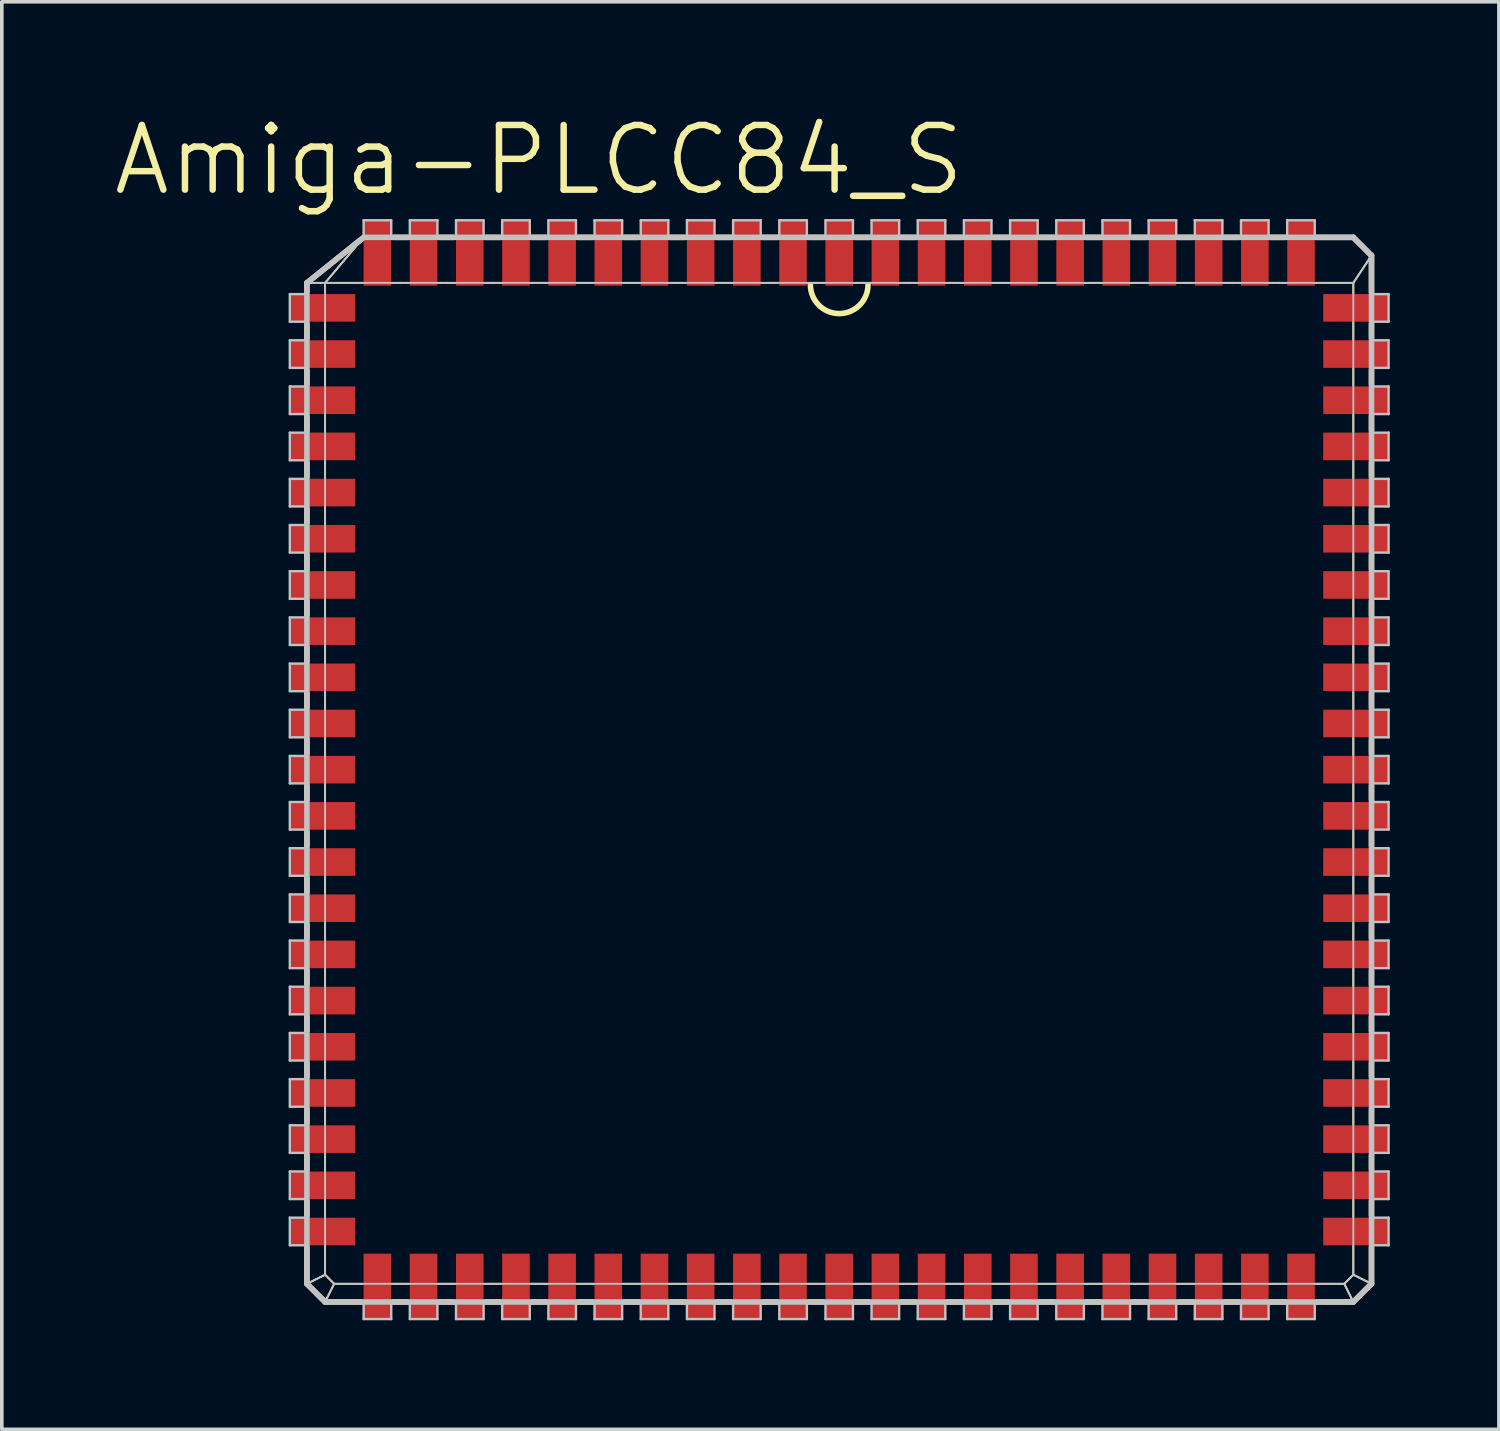
<source format=kicad_pcb>
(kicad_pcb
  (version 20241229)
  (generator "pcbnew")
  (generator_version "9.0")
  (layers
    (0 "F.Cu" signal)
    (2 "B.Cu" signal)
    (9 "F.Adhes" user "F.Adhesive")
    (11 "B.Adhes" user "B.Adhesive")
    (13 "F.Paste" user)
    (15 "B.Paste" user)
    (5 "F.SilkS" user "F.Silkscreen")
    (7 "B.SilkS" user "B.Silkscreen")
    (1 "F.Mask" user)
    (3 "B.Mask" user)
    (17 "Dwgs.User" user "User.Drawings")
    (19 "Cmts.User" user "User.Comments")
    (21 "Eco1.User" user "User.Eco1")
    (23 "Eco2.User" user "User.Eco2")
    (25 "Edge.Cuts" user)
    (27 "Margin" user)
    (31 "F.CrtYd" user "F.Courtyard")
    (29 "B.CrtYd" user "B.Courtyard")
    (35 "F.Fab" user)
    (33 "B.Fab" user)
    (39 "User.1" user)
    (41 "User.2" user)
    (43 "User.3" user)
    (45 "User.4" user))
  (footprint "Amiga-PLCC84_S"
    (layer "F.Cu")
    (at 20.028 18.116)
    (property "Reference" "Amiga-PLCC84_S" (at -8.255 -16.764 0) (layer "F.SilkS") (effects (font (size 1.778 1.778) (thickness 0.178))))
    (attr smd)
    (fp_line (start -14.638 -13.388) (end -14.138 -13.388) (stroke (width 0.051) (type solid)) (layer "F.SilkS"))
    (fp_line (start -14.638 -13.388) (end -13.139 -14.59) (stroke (width 0.152) (type solid)) (layer "F.SilkS"))
    (fp_line (start -14.638 -13.139) (end -14.638 -13.388) (stroke (width 0.152) (type solid)) (layer "F.SilkS"))
    (fp_line (start -14.638 -11.869) (end -14.638 -12.258) (stroke (width 0.152) (type solid)) (layer "F.SilkS"))
    (fp_line (start -14.638 -10.599) (end -14.638 -10.988) (stroke (width 0.152) (type solid)) (layer "F.SilkS"))
    (fp_line (start -14.638 -9.329) (end -14.638 -9.718) (stroke (width 0.152) (type solid)) (layer "F.SilkS"))
    (fp_line (start -14.638 -8.059) (end -14.638 -8.448) (stroke (width 0.152) (type solid)) (layer "F.SilkS"))
    (fp_line (start -14.638 -6.789) (end -14.638 -7.178) (stroke (width 0.152) (type solid)) (layer "F.SilkS"))
    (fp_line (start -14.638 -5.519) (end -14.638 -5.908) (stroke (width 0.152) (type solid)) (layer "F.SilkS"))
    (fp_line (start -14.638 -4.249) (end -14.638 -4.638) (stroke (width 0.152) (type solid)) (layer "F.SilkS"))
    (fp_line (start -14.638 -2.979) (end -14.638 -3.368) (stroke (width 0.152) (type solid)) (layer "F.SilkS"))
    (fp_line (start -14.638 -1.709) (end -14.638 -2.098) (stroke (width 0.152) (type solid)) (layer "F.SilkS"))
    (fp_line (start -14.638 -0.439) (end -14.638 -0.828) (stroke (width 0.152) (type solid)) (layer "F.SilkS"))
    (fp_line (start -14.638 0.828) (end -14.638 0.439) (stroke (width 0.152) (type solid)) (layer "F.SilkS"))
    (fp_line (start -14.638 2.098) (end -14.638 1.709) (stroke (width 0.152) (type solid)) (layer "F.SilkS"))
    (fp_line (start -14.638 3.368) (end -14.638 2.979) (stroke (width 0.152) (type solid)) (layer "F.SilkS"))
    (fp_line (start -14.638 4.638) (end -14.638 4.249) (stroke (width 0.152) (type solid)) (layer "F.SilkS"))
    (fp_line (start -14.638 5.908) (end -14.638 5.519) (stroke (width 0.152) (type solid)) (layer "F.SilkS"))
    (fp_line (start -14.638 7.178) (end -14.638 6.789) (stroke (width 0.152) (type solid)) (layer "F.SilkS"))
    (fp_line (start -14.638 8.448) (end -14.638 8.059) (stroke (width 0.152) (type solid)) (layer "F.SilkS"))
    (fp_line (start -14.638 9.718) (end -14.638 9.329) (stroke (width 0.152) (type solid)) (layer "F.SilkS"))
    (fp_line (start -14.638 10.988) (end -14.638 10.599) (stroke (width 0.152) (type solid)) (layer "F.SilkS"))
    (fp_line (start -14.638 12.258) (end -14.638 11.869) (stroke (width 0.152) (type solid)) (layer "F.SilkS"))
    (fp_line (start -14.638 14.138) (end -14.638 13.139) (stroke (width 0.152) (type solid)) (layer "F.SilkS"))
    (fp_line (start -14.638 14.138) (end -14.138 13.889) (stroke (width 0.051) (type solid)) (layer "F.SilkS"))
    (fp_line (start -14.138 -13.388) (end -13.099 -14.618) (stroke (width 0.051) (type solid)) (layer "F.SilkS"))
    (fp_line (start -14.138 -13.388) (end -13.099 -13.388) (stroke (width 0.051) (type solid)) (layer "F.SilkS"))
    (fp_line (start -14.138 -13.099) (end -14.138 -13.388) (stroke (width 0.051) (type solid)) (layer "F.SilkS"))
    (fp_line (start -14.138 -11.829) (end -14.138 -12.299) (stroke (width 0.051) (type solid)) (layer "F.SilkS"))
    (fp_line (start -14.138 -10.559) (end -14.138 -11.029) (stroke (width 0.051) (type solid)) (layer "F.SilkS"))
    (fp_line (start -14.138 -9.289) (end -14.138 -9.759) (stroke (width 0.051) (type solid)) (layer "F.SilkS"))
    (fp_line (start -14.138 -8.019) (end -14.138 -8.489) (stroke (width 0.051) (type solid)) (layer "F.SilkS"))
    (fp_line (start -14.138 -6.749) (end -14.138 -7.219) (stroke (width 0.051) (type solid)) (layer "F.SilkS"))
    (fp_line (start -14.138 -5.479) (end -14.138 -5.949) (stroke (width 0.051) (type solid)) (layer "F.SilkS"))
    (fp_line (start -14.138 -4.209) (end -14.138 -4.679) (stroke (width 0.051) (type solid)) (layer "F.SilkS"))
    (fp_line (start -14.138 -2.939) (end -14.138 -3.409) (stroke (width 0.051) (type solid)) (layer "F.SilkS"))
    (fp_line (start -14.138 -1.669) (end -14.138 -2.139) (stroke (width 0.051) (type solid)) (layer "F.SilkS"))
    (fp_line (start -14.138 -0.399) (end -14.138 -0.869) (stroke (width 0.051) (type solid)) (layer "F.SilkS"))
    (fp_line (start -14.138 0.869) (end -14.138 0.399) (stroke (width 0.051) (type solid)) (layer "F.SilkS"))
    (fp_line (start -14.138 2.139) (end -14.138 1.669) (stroke (width 0.051) (type solid)) (layer "F.SilkS"))
    (fp_line (start -14.138 3.409) (end -14.138 2.939) (stroke (width 0.051) (type solid)) (layer "F.SilkS"))
    (fp_line (start -14.138 4.679) (end -14.138 4.209) (stroke (width 0.051) (type solid)) (layer "F.SilkS"))
    (fp_line (start -14.138 5.949) (end -14.138 5.479) (stroke (width 0.051) (type solid)) (layer "F.SilkS"))
    (fp_line (start -14.138 7.219) (end -14.138 6.749) (stroke (width 0.051) (type solid)) (layer "F.SilkS"))
    (fp_line (start -14.138 8.489) (end -14.138 8.019) (stroke (width 0.051) (type solid)) (layer "F.SilkS"))
    (fp_line (start -14.138 9.759) (end -14.138 9.289) (stroke (width 0.051) (type solid)) (layer "F.SilkS"))
    (fp_line (start -14.138 11.029) (end -14.138 10.559) (stroke (width 0.051) (type solid)) (layer "F.SilkS"))
    (fp_line (start -14.138 12.299) (end -14.138 11.829) (stroke (width 0.051) (type solid)) (layer "F.SilkS"))
    (fp_line (start -14.138 13.889) (end -14.138 13.099) (stroke (width 0.051) (type solid)) (layer "F.SilkS"))
    (fp_line (start -14.138 14.638) (end -14.638 14.138) (stroke (width 0.152) (type solid)) (layer "F.SilkS"))
    (fp_line (start -14.138 14.638) (end -13.889 14.138) (stroke (width 0.051) (type solid)) (layer "F.SilkS"))
    (fp_line (start -13.889 14.138) (end -14.138 13.889) (stroke (width 0.051) (type solid)) (layer "F.SilkS"))
    (fp_line (start -13.139 14.638) (end -14.138 14.638) (stroke (width 0.152) (type solid)) (layer "F.SilkS"))
    (fp_line (start -13.099 14.138) (end -13.889 14.138) (stroke (width 0.051) (type solid)) (layer "F.SilkS"))
    (fp_line (start -12.299 -13.388) (end -11.829 -13.388) (stroke (width 0.051) (type solid)) (layer "F.SilkS"))
    (fp_line (start -12.258 -14.638) (end -11.869 -14.638) (stroke (width 0.152) (type solid)) (layer "F.SilkS"))
    (fp_line (start -11.869 14.638) (end -12.258 14.638) (stroke (width 0.152) (type solid)) (layer "F.SilkS"))
    (fp_line (start -11.829 14.138) (end -12.299 14.138) (stroke (width 0.051) (type solid)) (layer "F.SilkS"))
    (fp_line (start -11.029 -13.388) (end -10.559 -13.388) (stroke (width 0.051) (type solid)) (layer "F.SilkS"))
    (fp_line (start -10.988 -14.638) (end -10.599 -14.638) (stroke (width 0.152) (type solid)) (layer "F.SilkS"))
    (fp_line (start -10.599 14.638) (end -10.988 14.638) (stroke (width 0.152) (type solid)) (layer "F.SilkS"))
    (fp_line (start -10.559 14.138) (end -11.029 14.138) (stroke (width 0.051) (type solid)) (layer "F.SilkS"))
    (fp_line (start -9.759 -13.388) (end -9.289 -13.388) (stroke (width 0.051) (type solid)) (layer "F.SilkS"))
    (fp_line (start -9.718 -14.638) (end -9.329 -14.638) (stroke (width 0.152) (type solid)) (layer "F.SilkS"))
    (fp_line (start -9.329 14.638) (end -9.718 14.638) (stroke (width 0.152) (type solid)) (layer "F.SilkS"))
    (fp_line (start -9.289 14.138) (end -9.759 14.138) (stroke (width 0.051) (type solid)) (layer "F.SilkS"))
    (fp_line (start -8.489 -13.388) (end -8.019 -13.388) (stroke (width 0.051) (type solid)) (layer "F.SilkS"))
    (fp_line (start -8.448 -14.638) (end -8.059 -14.638) (stroke (width 0.152) (type solid)) (layer "F.SilkS"))
    (fp_line (start -8.059 14.638) (end -8.448 14.638) (stroke (width 0.152) (type solid)) (layer "F.SilkS"))
    (fp_line (start -8.019 14.138) (end -8.489 14.138) (stroke (width 0.051) (type solid)) (layer "F.SilkS"))
    (fp_line (start -7.219 -13.388) (end -6.749 -13.388) (stroke (width 0.051) (type solid)) (layer "F.SilkS"))
    (fp_line (start -7.178 -14.638) (end -6.789 -14.638) (stroke (width 0.152) (type solid)) (layer "F.SilkS"))
    (fp_line (start -6.789 14.638) (end -7.178 14.638) (stroke (width 0.152) (type solid)) (layer "F.SilkS"))
    (fp_line (start -6.749 14.138) (end -7.219 14.138) (stroke (width 0.051) (type solid)) (layer "F.SilkS"))
    (fp_line (start -5.949 -13.388) (end -5.479 -13.388) (stroke (width 0.051) (type solid)) (layer "F.SilkS"))
    (fp_line (start -5.908 -14.638) (end -5.519 -14.638) (stroke (width 0.152) (type solid)) (layer "F.SilkS"))
    (fp_line (start -5.519 14.638) (end -5.908 14.638) (stroke (width 0.152) (type solid)) (layer "F.SilkS"))
    (fp_line (start -5.479 14.138) (end -5.949 14.138) (stroke (width 0.051) (type solid)) (layer "F.SilkS"))
    (fp_line (start -4.679 -13.388) (end -4.209 -13.388) (stroke (width 0.051) (type solid)) (layer "F.SilkS"))
    (fp_line (start -4.638 -14.638) (end -4.249 -14.638) (stroke (width 0.152) (type solid)) (layer "F.SilkS"))
    (fp_line (start -4.249 14.638) (end -4.638 14.638) (stroke (width 0.152) (type solid)) (layer "F.SilkS"))
    (fp_line (start -4.209 14.138) (end -4.679 14.138) (stroke (width 0.051) (type solid)) (layer "F.SilkS"))
    (fp_line (start -3.409 -13.388) (end -2.939 -13.388) (stroke (width 0.051) (type solid)) (layer "F.SilkS"))
    (fp_line (start -3.368 -14.638) (end -2.979 -14.638) (stroke (width 0.152) (type solid)) (layer "F.SilkS"))
    (fp_line (start -2.979 14.638) (end -3.368 14.638) (stroke (width 0.152) (type solid)) (layer "F.SilkS"))
    (fp_line (start -2.939 14.138) (end -3.409 14.138) (stroke (width 0.051) (type solid)) (layer "F.SilkS"))
    (fp_line (start -2.139 -13.388) (end -1.669 -13.388) (stroke (width 0.051) (type solid)) (layer "F.SilkS"))
    (fp_line (start -2.098 -14.638) (end -1.709 -14.638) (stroke (width 0.152) (type solid)) (layer "F.SilkS"))
    (fp_line (start -1.709 14.638) (end -2.098 14.638) (stroke (width 0.152) (type solid)) (layer "F.SilkS"))
    (fp_line (start -1.669 14.138) (end -2.139 14.138) (stroke (width 0.051) (type solid)) (layer "F.SilkS"))
    (fp_line (start -0.869 -13.388) (end -0.399 -13.388) (stroke (width 0.051) (type solid)) (layer "F.SilkS"))
    (fp_line (start -0.828 -14.638) (end -0.439 -14.638) (stroke (width 0.152) (type solid)) (layer "F.SilkS"))
    (fp_line (start -0.439 14.638) (end -0.828 14.638) (stroke (width 0.152) (type solid)) (layer "F.SilkS"))
    (fp_line (start -0.399 14.138) (end -0.869 14.138) (stroke (width 0.051) (type solid)) (layer "F.SilkS"))
    (fp_line (start 0.399 -13.388) (end 0.869 -13.388) (stroke (width 0.051) (type solid)) (layer "F.SilkS"))
    (fp_line (start 0.439 -14.638) (end 0.828 -14.638) (stroke (width 0.152) (type solid)) (layer "F.SilkS"))
    (fp_line (start 0.828 14.638) (end 0.439 14.638) (stroke (width 0.152) (type solid)) (layer "F.SilkS"))
    (fp_line (start 0.869 14.138) (end 0.399 14.138) (stroke (width 0.051) (type solid)) (layer "F.SilkS"))
    (fp_line (start 1.669 -13.388) (end 2.139 -13.388) (stroke (width 0.051) (type solid)) (layer "F.SilkS"))
    (fp_line (start 1.709 -14.638) (end 2.098 -14.638) (stroke (width 0.152) (type solid)) (layer "F.SilkS"))
    (fp_line (start 2.098 14.638) (end 1.709 14.638) (stroke (width 0.152) (type solid)) (layer "F.SilkS"))
    (fp_line (start 2.139 14.138) (end 1.669 14.138) (stroke (width 0.051) (type solid)) (layer "F.SilkS"))
    (fp_line (start 2.939 -13.388) (end 3.409 -13.388) (stroke (width 0.051) (type solid)) (layer "F.SilkS"))
    (fp_line (start 2.979 -14.638) (end 3.368 -14.638) (stroke (width 0.152) (type solid)) (layer "F.SilkS"))
    (fp_line (start 3.368 14.638) (end 2.979 14.638) (stroke (width 0.152) (type solid)) (layer "F.SilkS"))
    (fp_line (start 3.409 14.138) (end 2.939 14.138) (stroke (width 0.051) (type solid)) (layer "F.SilkS"))
    (fp_line (start 4.209 -13.388) (end 4.679 -13.388) (stroke (width 0.051) (type solid)) (layer "F.SilkS"))
    (fp_line (start 4.249 -14.638) (end 4.638 -14.638) (stroke (width 0.152) (type solid)) (layer "F.SilkS"))
    (fp_line (start 4.638 14.638) (end 4.249 14.638) (stroke (width 0.152) (type solid)) (layer "F.SilkS"))
    (fp_line (start 4.679 14.138) (end 4.209 14.138) (stroke (width 0.051) (type solid)) (layer "F.SilkS"))
    (fp_line (start 5.479 -13.388) (end 5.949 -13.388) (stroke (width 0.051) (type solid)) (layer "F.SilkS"))
    (fp_line (start 5.519 -14.638) (end 5.908 -14.638) (stroke (width 0.152) (type solid)) (layer "F.SilkS"))
    (fp_line (start 5.908 14.638) (end 5.519 14.638) (stroke (width 0.152) (type solid)) (layer "F.SilkS"))
    (fp_line (start 5.949 14.138) (end 5.479 14.138) (stroke (width 0.051) (type solid)) (layer "F.SilkS"))
    (fp_line (start 6.749 -13.388) (end 7.219 -13.388) (stroke (width 0.051) (type solid)) (layer "F.SilkS"))
    (fp_line (start 6.789 -14.638) (end 7.178 -14.638) (stroke (width 0.152) (type solid)) (layer "F.SilkS"))
    (fp_line (start 7.178 14.638) (end 6.789 14.638) (stroke (width 0.152) (type solid)) (layer "F.SilkS"))
    (fp_line (start 7.219 14.138) (end 6.749 14.138) (stroke (width 0.051) (type solid)) (layer "F.SilkS"))
    (fp_line (start 8.019 -13.388) (end 8.489 -13.388) (stroke (width 0.051) (type solid)) (layer "F.SilkS"))
    (fp_line (start 8.059 -14.638) (end 8.448 -14.638) (stroke (width 0.152) (type solid)) (layer "F.SilkS"))
    (fp_line (start 8.448 14.638) (end 8.059 14.638) (stroke (width 0.152) (type solid)) (layer "F.SilkS"))
    (fp_line (start 8.489 14.138) (end 8.019 14.138) (stroke (width 0.051) (type solid)) (layer "F.SilkS"))
    (fp_line (start 9.289 -13.388) (end 9.759 -13.388) (stroke (width 0.051) (type solid)) (layer "F.SilkS"))
    (fp_line (start 9.329 -14.638) (end 9.718 -14.638) (stroke (width 0.152) (type solid)) (layer "F.SilkS"))
    (fp_line (start 9.718 14.638) (end 9.329 14.638) (stroke (width 0.152) (type solid)) (layer "F.SilkS"))
    (fp_line (start 9.759 14.138) (end 9.289 14.138) (stroke (width 0.051) (type solid)) (layer "F.SilkS"))
    (fp_line (start 10.559 -13.388) (end 11.029 -13.388) (stroke (width 0.051) (type solid)) (layer "F.SilkS"))
    (fp_line (start 10.599 -14.638) (end 10.988 -14.638) (stroke (width 0.152) (type solid)) (layer "F.SilkS"))
    (fp_line (start 10.988 14.638) (end 10.599 14.638) (stroke (width 0.152) (type solid)) (layer "F.SilkS"))
    (fp_line (start 11.029 14.138) (end 10.559 14.138) (stroke (width 0.051) (type solid)) (layer "F.SilkS"))
    (fp_line (start 11.829 -13.388) (end 12.299 -13.388) (stroke (width 0.051) (type solid)) (layer "F.SilkS"))
    (fp_line (start 11.869 -14.638) (end 12.258 -14.638) (stroke (width 0.152) (type solid)) (layer "F.SilkS"))
    (fp_line (start 12.258 14.638) (end 11.869 14.638) (stroke (width 0.152) (type solid)) (layer "F.SilkS"))
    (fp_line (start 12.299 14.138) (end 11.829 14.138) (stroke (width 0.051) (type solid)) (layer "F.SilkS"))
    (fp_line (start 13.099 -13.388) (end 14.138 -13.388) (stroke (width 0.051) (type solid)) (layer "F.SilkS"))
    (fp_line (start 13.139 -14.638) (end 14.138 -14.638) (stroke (width 0.152) (type solid)) (layer "F.SilkS"))
    (fp_line (start 13.889 14.138) (end 13.099 14.138) (stroke (width 0.051) (type solid)) (layer "F.SilkS"))
    (fp_line (start 13.889 14.138) (end 14.138 14.638) (stroke (width 0.051) (type solid)) (layer "F.SilkS"))
    (fp_line (start 14.138 -14.638) (end 14.638 -14.138) (stroke (width 0.152) (type solid)) (layer "F.SilkS"))
    (fp_line (start 14.138 -13.388) (end 14.138 -13.099) (stroke (width 0.051) (type solid)) (layer "F.SilkS"))
    (fp_line (start 14.138 -12.299) (end 14.138 -11.829) (stroke (width 0.051) (type solid)) (layer "F.SilkS"))
    (fp_line (start 14.138 -11.029) (end 14.138 -10.559) (stroke (width 0.051) (type solid)) (layer "F.SilkS"))
    (fp_line (start 14.138 -9.759) (end 14.138 -9.289) (stroke (width 0.051) (type solid)) (layer "F.SilkS"))
    (fp_line (start 14.138 -8.489) (end 14.138 -8.019) (stroke (width 0.051) (type solid)) (layer "F.SilkS"))
    (fp_line (start 14.138 -7.219) (end 14.138 -6.749) (stroke (width 0.051) (type solid)) (layer "F.SilkS"))
    (fp_line (start 14.138 -5.949) (end 14.138 -5.479) (stroke (width 0.051) (type solid)) (layer "F.SilkS"))
    (fp_line (start 14.138 -4.679) (end 14.138 -4.209) (stroke (width 0.051) (type solid)) (layer "F.SilkS"))
    (fp_line (start 14.138 -3.409) (end 14.138 -2.939) (stroke (width 0.051) (type solid)) (layer "F.SilkS"))
    (fp_line (start 14.138 -2.139) (end 14.138 -1.669) (stroke (width 0.051) (type solid)) (layer "F.SilkS"))
    (fp_line (start 14.138 -0.869) (end 14.138 -0.399) (stroke (width 0.051) (type solid)) (layer "F.SilkS"))
    (fp_line (start 14.138 0.399) (end 14.138 0.869) (stroke (width 0.051) (type solid)) (layer "F.SilkS"))
    (fp_line (start 14.138 1.669) (end 14.138 2.139) (stroke (width 0.051) (type solid)) (layer "F.SilkS"))
    (fp_line (start 14.138 2.939) (end 14.138 3.409) (stroke (width 0.051) (type solid)) (layer "F.SilkS"))
    (fp_line (start 14.138 4.209) (end 14.138 4.679) (stroke (width 0.051) (type solid)) (layer "F.SilkS"))
    (fp_line (start 14.138 5.479) (end 14.138 5.949) (stroke (width 0.051) (type solid)) (layer "F.SilkS"))
    (fp_line (start 14.138 6.749) (end 14.138 7.219) (stroke (width 0.051) (type solid)) (layer "F.SilkS"))
    (fp_line (start 14.138 8.019) (end 14.138 8.489) (stroke (width 0.051) (type solid)) (layer "F.SilkS"))
    (fp_line (start 14.138 9.289) (end 14.138 9.759) (stroke (width 0.051) (type solid)) (layer "F.SilkS"))
    (fp_line (start 14.138 10.559) (end 14.138 11.029) (stroke (width 0.051) (type solid)) (layer "F.SilkS"))
    (fp_line (start 14.138 11.829) (end 14.138 12.299) (stroke (width 0.051) (type solid)) (layer "F.SilkS"))
    (fp_line (start 14.138 13.099) (end 14.138 13.889) (stroke (width 0.051) (type solid)) (layer "F.SilkS"))
    (fp_line (start 14.138 13.889) (end 13.889 14.138) (stroke (width 0.051) (type solid)) (layer "F.SilkS"))
    (fp_line (start 14.138 13.889) (end 14.638 14.138) (stroke (width 0.051) (type solid)) (layer "F.SilkS"))
    (fp_line (start 14.138 14.638) (end 13.139 14.638) (stroke (width 0.152) (type solid)) (layer "F.SilkS"))
    (fp_line (start 14.638 -14.138) (end 14.138 -13.388) (stroke (width 0.051) (type solid)) (layer "F.SilkS"))
    (fp_line (start 14.638 -14.138) (end 14.638 -13.139) (stroke (width 0.152) (type solid)) (layer "F.SilkS"))
    (fp_line (start 14.638 -12.258) (end 14.638 -11.869) (stroke (width 0.152) (type solid)) (layer "F.SilkS"))
    (fp_line (start 14.638 -10.988) (end 14.638 -10.599) (stroke (width 0.152) (type solid)) (layer "F.SilkS"))
    (fp_line (start 14.638 -9.718) (end 14.638 -9.329) (stroke (width 0.152) (type solid)) (layer "F.SilkS"))
    (fp_line (start 14.638 -8.448) (end 14.638 -8.059) (stroke (width 0.152) (type solid)) (layer "F.SilkS"))
    (fp_line (start 14.638 -7.178) (end 14.638 -6.789) (stroke (width 0.152) (type solid)) (layer "F.SilkS"))
    (fp_line (start 14.638 -5.908) (end 14.638 -5.519) (stroke (width 0.152) (type solid)) (layer "F.SilkS"))
    (fp_line (start 14.638 -4.638) (end 14.638 -4.249) (stroke (width 0.152) (type solid)) (layer "F.SilkS"))
    (fp_line (start 14.638 -3.368) (end 14.638 -2.979) (stroke (width 0.152) (type solid)) (layer "F.SilkS"))
    (fp_line (start 14.638 -2.098) (end 14.638 -1.709) (stroke (width 0.152) (type solid)) (layer "F.SilkS"))
    (fp_line (start 14.638 -0.828) (end 14.638 -0.439) (stroke (width 0.152) (type solid)) (layer "F.SilkS"))
    (fp_line (start 14.638 0.439) (end 14.638 0.828) (stroke (width 0.152) (type solid)) (layer "F.SilkS"))
    (fp_line (start 14.638 1.709) (end 14.638 2.098) (stroke (width 0.152) (type solid)) (layer "F.SilkS"))
    (fp_line (start 14.638 2.979) (end 14.638 3.368) (stroke (width 0.152) (type solid)) (layer "F.SilkS"))
    (fp_line (start 14.638 4.249) (end 14.638 4.638) (stroke (width 0.152) (type solid)) (layer "F.SilkS"))
    (fp_line (start 14.638 5.519) (end 14.638 5.908) (stroke (width 0.152) (type solid)) (layer "F.SilkS"))
    (fp_line (start 14.638 6.789) (end 14.638 7.178) (stroke (width 0.152) (type solid)) (layer "F.SilkS"))
    (fp_line (start 14.638 8.059) (end 14.638 8.448) (stroke (width 0.152) (type solid)) (layer "F.SilkS"))
    (fp_line (start 14.638 9.329) (end 14.638 9.718) (stroke (width 0.152) (type solid)) (layer "F.SilkS"))
    (fp_line (start 14.638 10.599) (end 14.638 10.988) (stroke (width 0.152) (type solid)) (layer "F.SilkS"))
    (fp_line (start 14.638 11.869) (end 14.638 12.258) (stroke (width 0.152) (type solid)) (layer "F.SilkS"))
    (fp_line (start 14.638 13.139) (end 14.638 14.138) (stroke (width 0.152) (type solid)) (layer "F.SilkS"))
    (fp_line (start 14.638 14.138) (end 14.138 14.638) (stroke (width 0.152) (type solid)) (layer "F.SilkS"))
    (fp_arc (start 0.79248 -13.335) (mid 0 -12.54252) (end -0.79248 -13.335) (stroke (width 0.1524) (type solid)) (layer "F.SilkS"))
    (fp_line (start -15.108 -13.078) (end -14.638 -13.078) (stroke (width 0.066) (type solid)) (layer "Dwgs.User"))
    (fp_line (start -15.108 -12.319) (end -15.108 -13.078) (stroke (width 0.066) (type solid)) (layer "Dwgs.User"))
    (fp_line (start -15.108 -12.319) (end -14.638 -12.319) (stroke (width 0.066) (type solid)) (layer "Dwgs.User"))
    (fp_line (start -15.108 -11.808) (end -14.638 -11.808) (stroke (width 0.066) (type solid)) (layer "Dwgs.User"))
    (fp_line (start -15.108 -11.049) (end -15.108 -11.808) (stroke (width 0.066) (type solid)) (layer "Dwgs.User"))
    (fp_line (start -15.108 -11.049) (end -14.638 -11.049) (stroke (width 0.066) (type solid)) (layer "Dwgs.User"))
    (fp_line (start -15.108 -10.538) (end -14.638 -10.538) (stroke (width 0.066) (type solid)) (layer "Dwgs.User"))
    (fp_line (start -15.108 -9.779) (end -15.108 -10.538) (stroke (width 0.066) (type solid)) (layer "Dwgs.User"))
    (fp_line (start -15.108 -9.779) (end -14.638 -9.779) (stroke (width 0.066) (type solid)) (layer "Dwgs.User"))
    (fp_line (start -15.108 -9.268) (end -14.638 -9.268) (stroke (width 0.066) (type solid)) (layer "Dwgs.User"))
    (fp_line (start -15.108 -8.509) (end -15.108 -9.268) (stroke (width 0.066) (type solid)) (layer "Dwgs.User"))
    (fp_line (start -15.108 -8.509) (end -14.638 -8.509) (stroke (width 0.066) (type solid)) (layer "Dwgs.User"))
    (fp_line (start -15.108 -7.998) (end -14.638 -7.998) (stroke (width 0.066) (type solid)) (layer "Dwgs.User"))
    (fp_line (start -15.108 -7.239) (end -15.108 -7.998) (stroke (width 0.066) (type solid)) (layer "Dwgs.User"))
    (fp_line (start -15.108 -7.239) (end -14.638 -7.239) (stroke (width 0.066) (type solid)) (layer "Dwgs.User"))
    (fp_line (start -15.108 -6.728) (end -14.638 -6.728) (stroke (width 0.066) (type solid)) (layer "Dwgs.User"))
    (fp_line (start -15.108 -5.969) (end -15.108 -6.728) (stroke (width 0.066) (type solid)) (layer "Dwgs.User"))
    (fp_line (start -15.108 -5.969) (end -14.638 -5.969) (stroke (width 0.066) (type solid)) (layer "Dwgs.User"))
    (fp_line (start -15.108 -5.458) (end -14.638 -5.458) (stroke (width 0.066) (type solid)) (layer "Dwgs.User"))
    (fp_line (start -15.108 -4.699) (end -15.108 -5.458) (stroke (width 0.066) (type solid)) (layer "Dwgs.User"))
    (fp_line (start -15.108 -4.699) (end -14.638 -4.699) (stroke (width 0.066) (type solid)) (layer "Dwgs.User"))
    (fp_line (start -15.108 -4.188) (end -14.638 -4.188) (stroke (width 0.066) (type solid)) (layer "Dwgs.User"))
    (fp_line (start -15.108 -3.429) (end -15.108 -4.188) (stroke (width 0.066) (type solid)) (layer "Dwgs.User"))
    (fp_line (start -15.108 -3.429) (end -14.638 -3.429) (stroke (width 0.066) (type solid)) (layer "Dwgs.User"))
    (fp_line (start -15.108 -2.918) (end -14.638 -2.918) (stroke (width 0.066) (type solid)) (layer "Dwgs.User"))
    (fp_line (start -15.108 -2.159) (end -15.108 -2.918) (stroke (width 0.066) (type solid)) (layer "Dwgs.User"))
    (fp_line (start -15.108 -2.159) (end -14.638 -2.159) (stroke (width 0.066) (type solid)) (layer "Dwgs.User"))
    (fp_line (start -15.108 -1.648) (end -14.638 -1.648) (stroke (width 0.066) (type solid)) (layer "Dwgs.User"))
    (fp_line (start -15.108 -0.889) (end -15.108 -1.648) (stroke (width 0.066) (type solid)) (layer "Dwgs.User"))
    (fp_line (start -15.108 -0.889) (end -14.638 -0.889) (stroke (width 0.066) (type solid)) (layer "Dwgs.User"))
    (fp_line (start -15.108 -0.378) (end -14.638 -0.378) (stroke (width 0.066) (type solid)) (layer "Dwgs.User"))
    (fp_line (start -15.108 0.378) (end -15.108 -0.378) (stroke (width 0.066) (type solid)) (layer "Dwgs.User"))
    (fp_line (start -15.108 0.378) (end -14.638 0.378) (stroke (width 0.066) (type solid)) (layer "Dwgs.User"))
    (fp_line (start -15.108 0.889) (end -14.638 0.889) (stroke (width 0.066) (type solid)) (layer "Dwgs.User"))
    (fp_line (start -15.108 1.648) (end -15.108 0.889) (stroke (width 0.066) (type solid)) (layer "Dwgs.User"))
    (fp_line (start -15.108 1.648) (end -14.638 1.648) (stroke (width 0.066) (type solid)) (layer "Dwgs.User"))
    (fp_line (start -15.108 2.159) (end -14.638 2.159) (stroke (width 0.066) (type solid)) (layer "Dwgs.User"))
    (fp_line (start -15.108 2.918) (end -15.108 2.159) (stroke (width 0.066) (type solid)) (layer "Dwgs.User"))
    (fp_line (start -15.108 2.918) (end -14.638 2.918) (stroke (width 0.066) (type solid)) (layer "Dwgs.User"))
    (fp_line (start -15.108 3.429) (end -14.638 3.429) (stroke (width 0.066) (type solid)) (layer "Dwgs.User"))
    (fp_line (start -15.108 4.188) (end -15.108 3.429) (stroke (width 0.066) (type solid)) (layer "Dwgs.User"))
    (fp_line (start -15.108 4.188) (end -14.638 4.188) (stroke (width 0.066) (type solid)) (layer "Dwgs.User"))
    (fp_line (start -15.108 4.699) (end -14.638 4.699) (stroke (width 0.066) (type solid)) (layer "Dwgs.User"))
    (fp_line (start -15.108 5.458) (end -15.108 4.699) (stroke (width 0.066) (type solid)) (layer "Dwgs.User"))
    (fp_line (start -15.108 5.458) (end -14.638 5.458) (stroke (width 0.066) (type solid)) (layer "Dwgs.User"))
    (fp_line (start -15.108 5.969) (end -14.638 5.969) (stroke (width 0.066) (type solid)) (layer "Dwgs.User"))
    (fp_line (start -15.108 6.728) (end -15.108 5.969) (stroke (width 0.066) (type solid)) (layer "Dwgs.User"))
    (fp_line (start -15.108 6.728) (end -14.638 6.728) (stroke (width 0.066) (type solid)) (layer "Dwgs.User"))
    (fp_line (start -15.108 7.239) (end -14.638 7.239) (stroke (width 0.066) (type solid)) (layer "Dwgs.User"))
    (fp_line (start -15.108 7.998) (end -15.108 7.239) (stroke (width 0.066) (type solid)) (layer "Dwgs.User"))
    (fp_line (start -15.108 7.998) (end -14.638 7.998) (stroke (width 0.066) (type solid)) (layer "Dwgs.User"))
    (fp_line (start -15.108 8.509) (end -14.638 8.509) (stroke (width 0.066) (type solid)) (layer "Dwgs.User"))
    (fp_line (start -15.108 9.268) (end -15.108 8.509) (stroke (width 0.066) (type solid)) (layer "Dwgs.User"))
    (fp_line (start -15.108 9.268) (end -14.638 9.268) (stroke (width 0.066) (type solid)) (layer "Dwgs.User"))
    (fp_line (start -15.108 9.779) (end -14.638 9.779) (stroke (width 0.066) (type solid)) (layer "Dwgs.User"))
    (fp_line (start -15.108 10.538) (end -15.108 9.779) (stroke (width 0.066) (type solid)) (layer "Dwgs.User"))
    (fp_line (start -15.108 10.538) (end -14.638 10.538) (stroke (width 0.066) (type solid)) (layer "Dwgs.User"))
    (fp_line (start -15.108 11.049) (end -14.638 11.049) (stroke (width 0.066) (type solid)) (layer "Dwgs.User"))
    (fp_line (start -15.108 11.808) (end -15.108 11.049) (stroke (width 0.066) (type solid)) (layer "Dwgs.User"))
    (fp_line (start -15.108 11.808) (end -14.638 11.808) (stroke (width 0.066) (type solid)) (layer "Dwgs.User"))
    (fp_line (start -15.108 12.319) (end -14.638 12.319) (stroke (width 0.066) (type solid)) (layer "Dwgs.User"))
    (fp_line (start -15.108 13.078) (end -15.108 12.319) (stroke (width 0.066) (type solid)) (layer "Dwgs.User"))
    (fp_line (start -15.108 13.078) (end -14.638 13.078) (stroke (width 0.066) (type solid)) (layer "Dwgs.User"))
    (fp_line (start -14.638 -13.388) (end -14.138 -13.388) (stroke (width 0.051) (type solid)) (layer "Dwgs.User"))
    (fp_line (start -14.638 -13.388) (end -13.078 -14.638) (stroke (width 0.152) (type solid)) (layer "Dwgs.User"))
    (fp_line (start -14.638 -12.319) (end -14.638 -13.078) (stroke (width 0.066) (type solid)) (layer "Dwgs.User"))
    (fp_line (start -14.638 -11.049) (end -14.638 -11.808) (stroke (width 0.066) (type solid)) (layer "Dwgs.User"))
    (fp_line (start -14.638 -9.779) (end -14.638 -10.538) (stroke (width 0.066) (type solid)) (layer "Dwgs.User"))
    (fp_line (start -14.638 -8.509) (end -14.638 -9.268) (stroke (width 0.066) (type solid)) (layer "Dwgs.User"))
    (fp_line (start -14.638 -7.239) (end -14.638 -7.998) (stroke (width 0.066) (type solid)) (layer "Dwgs.User"))
    (fp_line (start -14.638 -5.969) (end -14.638 -6.728) (stroke (width 0.066) (type solid)) (layer "Dwgs.User"))
    (fp_line (start -14.638 -4.699) (end -14.638 -5.458) (stroke (width 0.066) (type solid)) (layer "Dwgs.User"))
    (fp_line (start -14.638 -3.429) (end -14.638 -4.188) (stroke (width 0.066) (type solid)) (layer "Dwgs.User"))
    (fp_line (start -14.638 -2.159) (end -14.638 -2.918) (stroke (width 0.066) (type solid)) (layer "Dwgs.User"))
    (fp_line (start -14.638 -0.889) (end -14.638 -1.648) (stroke (width 0.066) (type solid)) (layer "Dwgs.User"))
    (fp_line (start -14.638 0.378) (end -14.638 -0.378) (stroke (width 0.066) (type solid)) (layer "Dwgs.User"))
    (fp_line (start -14.638 1.648) (end -14.638 0.889) (stroke (width 0.066) (type solid)) (layer "Dwgs.User"))
    (fp_line (start -14.638 2.918) (end -14.638 2.159) (stroke (width 0.066) (type solid)) (layer "Dwgs.User"))
    (fp_line (start -14.638 4.188) (end -14.638 3.429) (stroke (width 0.066) (type solid)) (layer "Dwgs.User"))
    (fp_line (start -14.638 5.458) (end -14.638 4.699) (stroke (width 0.066) (type solid)) (layer "Dwgs.User"))
    (fp_line (start -14.638 6.728) (end -14.638 5.969) (stroke (width 0.066) (type solid)) (layer "Dwgs.User"))
    (fp_line (start -14.638 7.998) (end -14.638 7.239) (stroke (width 0.066) (type solid)) (layer "Dwgs.User"))
    (fp_line (start -14.638 9.268) (end -14.638 8.509) (stroke (width 0.066) (type solid)) (layer "Dwgs.User"))
    (fp_line (start -14.638 10.538) (end -14.638 9.779) (stroke (width 0.066) (type solid)) (layer "Dwgs.User"))
    (fp_line (start -14.638 11.808) (end -14.638 11.049) (stroke (width 0.066) (type solid)) (layer "Dwgs.User"))
    (fp_line (start -14.638 13.078) (end -14.638 12.319) (stroke (width 0.066) (type solid)) (layer "Dwgs.User"))
    (fp_line (start -14.638 14.138) (end -14.638 -13.388) (stroke (width 0.152) (type solid)) (layer "Dwgs.User"))
    (fp_line (start -14.638 14.138) (end -14.138 13.889) (stroke (width 0.051) (type solid)) (layer "Dwgs.User"))
    (fp_line (start -14.138 -13.388) (end -13.078 -14.638) (stroke (width 0.051) (type solid)) (layer "Dwgs.User"))
    (fp_line (start -14.138 -13.388) (end 14.138 -13.388) (stroke (width 0.051) (type solid)) (layer "Dwgs.User"))
    (fp_line (start -14.138 13.889) (end -14.138 -13.388) (stroke (width 0.051) (type solid)) (layer "Dwgs.User"))
    (fp_line (start -14.138 14.638) (end -14.638 14.138) (stroke (width 0.152) (type solid)) (layer "Dwgs.User"))
    (fp_line (start -14.138 14.638) (end -13.889 14.138) (stroke (width 0.051) (type solid)) (layer "Dwgs.User"))
    (fp_line (start -13.889 14.138) (end -14.138 13.889) (stroke (width 0.051) (type solid)) (layer "Dwgs.User"))
    (fp_line (start -13.078 -15.108) (end -12.319 -15.108) (stroke (width 0.066) (type solid)) (layer "Dwgs.User"))
    (fp_line (start -13.078 -14.638) (end -13.078 -15.108) (stroke (width 0.066) (type solid)) (layer "Dwgs.User"))
    (fp_line (start -13.078 -14.638) (end -12.319 -14.638) (stroke (width 0.066) (type solid)) (layer "Dwgs.User"))
    (fp_line (start -13.078 -14.638) (end 14.138 -14.638) (stroke (width 0.152) (type solid)) (layer "Dwgs.User"))
    (fp_line (start -13.078 14.638) (end -12.319 14.638) (stroke (width 0.066) (type solid)) (layer "Dwgs.User"))
    (fp_line (start -13.078 15.108) (end -13.078 14.638) (stroke (width 0.066) (type solid)) (layer "Dwgs.User"))
    (fp_line (start -13.078 15.108) (end -12.319 15.108) (stroke (width 0.066) (type solid)) (layer "Dwgs.User"))
    (fp_line (start -12.319 -14.638) (end -12.319 -15.108) (stroke (width 0.066) (type solid)) (layer "Dwgs.User"))
    (fp_line (start -12.319 15.108) (end -12.319 14.638) (stroke (width 0.066) (type solid)) (layer "Dwgs.User"))
    (fp_line (start -11.808 -15.108) (end -11.049 -15.108) (stroke (width 0.066) (type solid)) (layer "Dwgs.User"))
    (fp_line (start -11.808 -14.638) (end -11.808 -15.108) (stroke (width 0.066) (type solid)) (layer "Dwgs.User"))
    (fp_line (start -11.808 -14.638) (end -11.049 -14.638) (stroke (width 0.066) (type solid)) (layer "Dwgs.User"))
    (fp_line (start -11.808 14.638) (end -11.049 14.638) (stroke (width 0.066) (type solid)) (layer "Dwgs.User"))
    (fp_line (start -11.808 15.108) (end -11.808 14.638) (stroke (width 0.066) (type solid)) (layer "Dwgs.User"))
    (fp_line (start -11.808 15.108) (end -11.049 15.108) (stroke (width 0.066) (type solid)) (layer "Dwgs.User"))
    (fp_line (start -11.049 -14.638) (end -11.049 -15.108) (stroke (width 0.066) (type solid)) (layer "Dwgs.User"))
    (fp_line (start -11.049 15.108) (end -11.049 14.638) (stroke (width 0.066) (type solid)) (layer "Dwgs.User"))
    (fp_line (start -10.538 -15.108) (end -9.779 -15.108) (stroke (width 0.066) (type solid)) (layer "Dwgs.User"))
    (fp_line (start -10.538 -14.638) (end -10.538 -15.108) (stroke (width 0.066) (type solid)) (layer "Dwgs.User"))
    (fp_line (start -10.538 -14.638) (end -9.779 -14.638) (stroke (width 0.066) (type solid)) (layer "Dwgs.User"))
    (fp_line (start -10.538 14.638) (end -9.779 14.638) (stroke (width 0.066) (type solid)) (layer "Dwgs.User"))
    (fp_line (start -10.538 15.108) (end -10.538 14.638) (stroke (width 0.066) (type solid)) (layer "Dwgs.User"))
    (fp_line (start -10.538 15.108) (end -9.779 15.108) (stroke (width 0.066) (type solid)) (layer "Dwgs.User"))
    (fp_line (start -9.779 -14.638) (end -9.779 -15.108) (stroke (width 0.066) (type solid)) (layer "Dwgs.User"))
    (fp_line (start -9.779 15.108) (end -9.779 14.638) (stroke (width 0.066) (type solid)) (layer "Dwgs.User"))
    (fp_line (start -9.268 -15.108) (end -8.509 -15.108) (stroke (width 0.066) (type solid)) (layer "Dwgs.User"))
    (fp_line (start -9.268 -14.638) (end -9.268 -15.108) (stroke (width 0.066) (type solid)) (layer "Dwgs.User"))
    (fp_line (start -9.268 -14.638) (end -8.509 -14.638) (stroke (width 0.066) (type solid)) (layer "Dwgs.User"))
    (fp_line (start -9.268 14.638) (end -8.509 14.638) (stroke (width 0.066) (type solid)) (layer "Dwgs.User"))
    (fp_line (start -9.268 15.108) (end -9.268 14.638) (stroke (width 0.066) (type solid)) (layer "Dwgs.User"))
    (fp_line (start -9.268 15.108) (end -8.509 15.108) (stroke (width 0.066) (type solid)) (layer "Dwgs.User"))
    (fp_line (start -8.509 -14.638) (end -8.509 -15.108) (stroke (width 0.066) (type solid)) (layer "Dwgs.User"))
    (fp_line (start -8.509 15.108) (end -8.509 14.638) (stroke (width 0.066) (type solid)) (layer "Dwgs.User"))
    (fp_line (start -7.998 -15.108) (end -7.239 -15.108) (stroke (width 0.066) (type solid)) (layer "Dwgs.User"))
    (fp_line (start -7.998 -14.638) (end -7.998 -15.108) (stroke (width 0.066) (type solid)) (layer "Dwgs.User"))
    (fp_line (start -7.998 -14.638) (end -7.239 -14.638) (stroke (width 0.066) (type solid)) (layer "Dwgs.User"))
    (fp_line (start -7.998 14.638) (end -7.239 14.638) (stroke (width 0.066) (type solid)) (layer "Dwgs.User"))
    (fp_line (start -7.998 15.108) (end -7.998 14.638) (stroke (width 0.066) (type solid)) (layer "Dwgs.User"))
    (fp_line (start -7.998 15.108) (end -7.239 15.108) (stroke (width 0.066) (type solid)) (layer "Dwgs.User"))
    (fp_line (start -7.239 -14.638) (end -7.239 -15.108) (stroke (width 0.066) (type solid)) (layer "Dwgs.User"))
    (fp_line (start -7.239 15.108) (end -7.239 14.638) (stroke (width 0.066) (type solid)) (layer "Dwgs.User"))
    (fp_line (start -6.728 -15.108) (end -5.969 -15.108) (stroke (width 0.066) (type solid)) (layer "Dwgs.User"))
    (fp_line (start -6.728 -14.638) (end -6.728 -15.108) (stroke (width 0.066) (type solid)) (layer "Dwgs.User"))
    (fp_line (start -6.728 -14.638) (end -5.969 -14.638) (stroke (width 0.066) (type solid)) (layer "Dwgs.User"))
    (fp_line (start -6.728 14.638) (end -5.969 14.638) (stroke (width 0.066) (type solid)) (layer "Dwgs.User"))
    (fp_line (start -6.728 15.108) (end -6.728 14.638) (stroke (width 0.066) (type solid)) (layer "Dwgs.User"))
    (fp_line (start -6.728 15.108) (end -5.969 15.108) (stroke (width 0.066) (type solid)) (layer "Dwgs.User"))
    (fp_line (start -5.969 -14.638) (end -5.969 -15.108) (stroke (width 0.066) (type solid)) (layer "Dwgs.User"))
    (fp_line (start -5.969 15.108) (end -5.969 14.638) (stroke (width 0.066) (type solid)) (layer "Dwgs.User"))
    (fp_line (start -5.458 -15.108) (end -4.699 -15.108) (stroke (width 0.066) (type solid)) (layer "Dwgs.User"))
    (fp_line (start -5.458 -14.638) (end -5.458 -15.108) (stroke (width 0.066) (type solid)) (layer "Dwgs.User"))
    (fp_line (start -5.458 -14.638) (end -4.699 -14.638) (stroke (width 0.066) (type solid)) (layer "Dwgs.User"))
    (fp_line (start -5.458 14.638) (end -4.699 14.638) (stroke (width 0.066) (type solid)) (layer "Dwgs.User"))
    (fp_line (start -5.458 15.108) (end -5.458 14.638) (stroke (width 0.066) (type solid)) (layer "Dwgs.User"))
    (fp_line (start -5.458 15.108) (end -4.699 15.108) (stroke (width 0.066) (type solid)) (layer "Dwgs.User"))
    (fp_line (start -4.699 -14.638) (end -4.699 -15.108) (stroke (width 0.066) (type solid)) (layer "Dwgs.User"))
    (fp_line (start -4.699 15.108) (end -4.699 14.638) (stroke (width 0.066) (type solid)) (layer "Dwgs.User"))
    (fp_line (start -4.188 -15.108) (end -3.429 -15.108) (stroke (width 0.066) (type solid)) (layer "Dwgs.User"))
    (fp_line (start -4.188 -14.638) (end -4.188 -15.108) (stroke (width 0.066) (type solid)) (layer "Dwgs.User"))
    (fp_line (start -4.188 -14.638) (end -3.429 -14.638) (stroke (width 0.066) (type solid)) (layer "Dwgs.User"))
    (fp_line (start -4.188 14.638) (end -3.429 14.638) (stroke (width 0.066) (type solid)) (layer "Dwgs.User"))
    (fp_line (start -4.188 15.108) (end -4.188 14.638) (stroke (width 0.066) (type solid)) (layer "Dwgs.User"))
    (fp_line (start -4.188 15.108) (end -3.429 15.108) (stroke (width 0.066) (type solid)) (layer "Dwgs.User"))
    (fp_line (start -3.429 -14.638) (end -3.429 -15.108) (stroke (width 0.066) (type solid)) (layer "Dwgs.User"))
    (fp_line (start -3.429 15.108) (end -3.429 14.638) (stroke (width 0.066) (type solid)) (layer "Dwgs.User"))
    (fp_line (start -2.918 -15.108) (end -2.159 -15.108) (stroke (width 0.066) (type solid)) (layer "Dwgs.User"))
    (fp_line (start -2.918 -14.638) (end -2.918 -15.108) (stroke (width 0.066) (type solid)) (layer "Dwgs.User"))
    (fp_line (start -2.918 -14.638) (end -2.159 -14.638) (stroke (width 0.066) (type solid)) (layer "Dwgs.User"))
    (fp_line (start -2.918 14.638) (end -2.159 14.638) (stroke (width 0.066) (type solid)) (layer "Dwgs.User"))
    (fp_line (start -2.918 15.108) (end -2.918 14.638) (stroke (width 0.066) (type solid)) (layer "Dwgs.User"))
    (fp_line (start -2.918 15.108) (end -2.159 15.108) (stroke (width 0.066) (type solid)) (layer "Dwgs.User"))
    (fp_line (start -2.159 -14.638) (end -2.159 -15.108) (stroke (width 0.066) (type solid)) (layer "Dwgs.User"))
    (fp_line (start -2.159 15.108) (end -2.159 14.638) (stroke (width 0.066) (type solid)) (layer "Dwgs.User"))
    (fp_line (start -1.648 -15.108) (end -0.889 -15.108) (stroke (width 0.066) (type solid)) (layer "Dwgs.User"))
    (fp_line (start -1.648 -14.638) (end -1.648 -15.108) (stroke (width 0.066) (type solid)) (layer "Dwgs.User"))
    (fp_line (start -1.648 -14.638) (end -0.889 -14.638) (stroke (width 0.066) (type solid)) (layer "Dwgs.User"))
    (fp_line (start -1.648 14.638) (end -0.889 14.638) (stroke (width 0.066) (type solid)) (layer "Dwgs.User"))
    (fp_line (start -1.648 15.108) (end -1.648 14.638) (stroke (width 0.066) (type solid)) (layer "Dwgs.User"))
    (fp_line (start -1.648 15.108) (end -0.889 15.108) (stroke (width 0.066) (type solid)) (layer "Dwgs.User"))
    (fp_line (start -0.889 -14.638) (end -0.889 -15.108) (stroke (width 0.066) (type solid)) (layer "Dwgs.User"))
    (fp_line (start -0.889 15.108) (end -0.889 14.638) (stroke (width 0.066) (type solid)) (layer "Dwgs.User"))
    (fp_line (start -0.378 -15.108) (end 0.378 -15.108) (stroke (width 0.066) (type solid)) (layer "Dwgs.User"))
    (fp_line (start -0.378 -14.638) (end -0.378 -15.108) (stroke (width 0.066) (type solid)) (layer "Dwgs.User"))
    (fp_line (start -0.378 -14.638) (end 0.378 -14.638) (stroke (width 0.066) (type solid)) (layer "Dwgs.User"))
    (fp_line (start -0.378 14.638) (end 0.378 14.638) (stroke (width 0.066) (type solid)) (layer "Dwgs.User"))
    (fp_line (start -0.378 15.108) (end -0.378 14.638) (stroke (width 0.066) (type solid)) (layer "Dwgs.User"))
    (fp_line (start -0.378 15.108) (end 0.378 15.108) (stroke (width 0.066) (type solid)) (layer "Dwgs.User"))
    (fp_line (start 0.378 -14.638) (end 0.378 -15.108) (stroke (width 0.066) (type solid)) (layer "Dwgs.User"))
    (fp_line (start 0.378 15.108) (end 0.378 14.638) (stroke (width 0.066) (type solid)) (layer "Dwgs.User"))
    (fp_line (start 0.889 -15.108) (end 1.648 -15.108) (stroke (width 0.066) (type solid)) (layer "Dwgs.User"))
    (fp_line (start 0.889 -14.638) (end 0.889 -15.108) (stroke (width 0.066) (type solid)) (layer "Dwgs.User"))
    (fp_line (start 0.889 -14.638) (end 1.648 -14.638) (stroke (width 0.066) (type solid)) (layer "Dwgs.User"))
    (fp_line (start 0.889 14.638) (end 1.648 14.638) (stroke (width 0.066) (type solid)) (layer "Dwgs.User"))
    (fp_line (start 0.889 15.108) (end 0.889 14.638) (stroke (width 0.066) (type solid)) (layer "Dwgs.User"))
    (fp_line (start 0.889 15.108) (end 1.648 15.108) (stroke (width 0.066) (type solid)) (layer "Dwgs.User"))
    (fp_line (start 1.648 -14.638) (end 1.648 -15.108) (stroke (width 0.066) (type solid)) (layer "Dwgs.User"))
    (fp_line (start 1.648 15.108) (end 1.648 14.638) (stroke (width 0.066) (type solid)) (layer "Dwgs.User"))
    (fp_line (start 2.159 -15.108) (end 2.918 -15.108) (stroke (width 0.066) (type solid)) (layer "Dwgs.User"))
    (fp_line (start 2.159 -14.638) (end 2.159 -15.108) (stroke (width 0.066) (type solid)) (layer "Dwgs.User"))
    (fp_line (start 2.159 -14.638) (end 2.918 -14.638) (stroke (width 0.066) (type solid)) (layer "Dwgs.User"))
    (fp_line (start 2.159 14.638) (end 2.918 14.638) (stroke (width 0.066) (type solid)) (layer "Dwgs.User"))
    (fp_line (start 2.159 15.108) (end 2.159 14.638) (stroke (width 0.066) (type solid)) (layer "Dwgs.User"))
    (fp_line (start 2.159 15.108) (end 2.918 15.108) (stroke (width 0.066) (type solid)) (layer "Dwgs.User"))
    (fp_line (start 2.918 -14.638) (end 2.918 -15.108) (stroke (width 0.066) (type solid)) (layer "Dwgs.User"))
    (fp_line (start 2.918 15.108) (end 2.918 14.638) (stroke (width 0.066) (type solid)) (layer "Dwgs.User"))
    (fp_line (start 3.429 -15.108) (end 4.188 -15.108) (stroke (width 0.066) (type solid)) (layer "Dwgs.User"))
    (fp_line (start 3.429 -14.638) (end 3.429 -15.108) (stroke (width 0.066) (type solid)) (layer "Dwgs.User"))
    (fp_line (start 3.429 -14.638) (end 4.188 -14.638) (stroke (width 0.066) (type solid)) (layer "Dwgs.User"))
    (fp_line (start 3.429 14.638) (end 4.188 14.638) (stroke (width 0.066) (type solid)) (layer "Dwgs.User"))
    (fp_line (start 3.429 15.108) (end 3.429 14.638) (stroke (width 0.066) (type solid)) (layer "Dwgs.User"))
    (fp_line (start 3.429 15.108) (end 4.188 15.108) (stroke (width 0.066) (type solid)) (layer "Dwgs.User"))
    (fp_line (start 4.188 -14.638) (end 4.188 -15.108) (stroke (width 0.066) (type solid)) (layer "Dwgs.User"))
    (fp_line (start 4.188 15.108) (end 4.188 14.638) (stroke (width 0.066) (type solid)) (layer "Dwgs.User"))
    (fp_line (start 4.699 -15.108) (end 5.458 -15.108) (stroke (width 0.066) (type solid)) (layer "Dwgs.User"))
    (fp_line (start 4.699 -14.638) (end 4.699 -15.108) (stroke (width 0.066) (type solid)) (layer "Dwgs.User"))
    (fp_line (start 4.699 -14.638) (end 5.458 -14.638) (stroke (width 0.066) (type solid)) (layer "Dwgs.User"))
    (fp_line (start 4.699 14.638) (end 5.458 14.638) (stroke (width 0.066) (type solid)) (layer "Dwgs.User"))
    (fp_line (start 4.699 15.108) (end 4.699 14.638) (stroke (width 0.066) (type solid)) (layer "Dwgs.User"))
    (fp_line (start 4.699 15.108) (end 5.458 15.108) (stroke (width 0.066) (type solid)) (layer "Dwgs.User"))
    (fp_line (start 5.458 -14.638) (end 5.458 -15.108) (stroke (width 0.066) (type solid)) (layer "Dwgs.User"))
    (fp_line (start 5.458 15.108) (end 5.458 14.638) (stroke (width 0.066) (type solid)) (layer "Dwgs.User"))
    (fp_line (start 5.969 -15.108) (end 6.728 -15.108) (stroke (width 0.066) (type solid)) (layer "Dwgs.User"))
    (fp_line (start 5.969 -14.638) (end 5.969 -15.108) (stroke (width 0.066) (type solid)) (layer "Dwgs.User"))
    (fp_line (start 5.969 -14.638) (end 6.728 -14.638) (stroke (width 0.066) (type solid)) (layer "Dwgs.User"))
    (fp_line (start 5.969 14.638) (end 6.728 14.638) (stroke (width 0.066) (type solid)) (layer "Dwgs.User"))
    (fp_line (start 5.969 15.108) (end 5.969 14.638) (stroke (width 0.066) (type solid)) (layer "Dwgs.User"))
    (fp_line (start 5.969 15.108) (end 6.728 15.108) (stroke (width 0.066) (type solid)) (layer "Dwgs.User"))
    (fp_line (start 6.728 -14.638) (end 6.728 -15.108) (stroke (width 0.066) (type solid)) (layer "Dwgs.User"))
    (fp_line (start 6.728 15.108) (end 6.728 14.638) (stroke (width 0.066) (type solid)) (layer "Dwgs.User"))
    (fp_line (start 7.239 -15.108) (end 7.998 -15.108) (stroke (width 0.066) (type solid)) (layer "Dwgs.User"))
    (fp_line (start 7.239 -14.638) (end 7.239 -15.108) (stroke (width 0.066) (type solid)) (layer "Dwgs.User"))
    (fp_line (start 7.239 -14.638) (end 7.998 -14.638) (stroke (width 0.066) (type solid)) (layer "Dwgs.User"))
    (fp_line (start 7.239 14.638) (end 7.998 14.638) (stroke (width 0.066) (type solid)) (layer "Dwgs.User"))
    (fp_line (start 7.239 15.108) (end 7.239 14.638) (stroke (width 0.066) (type solid)) (layer "Dwgs.User"))
    (fp_line (start 7.239 15.108) (end 7.998 15.108) (stroke (width 0.066) (type solid)) (layer "Dwgs.User"))
    (fp_line (start 7.998 -14.638) (end 7.998 -15.108) (stroke (width 0.066) (type solid)) (layer "Dwgs.User"))
    (fp_line (start 7.998 15.108) (end 7.998 14.638) (stroke (width 0.066) (type solid)) (layer "Dwgs.User"))
    (fp_line (start 8.509 -15.108) (end 9.268 -15.108) (stroke (width 0.066) (type solid)) (layer "Dwgs.User"))
    (fp_line (start 8.509 -14.638) (end 8.509 -15.108) (stroke (width 0.066) (type solid)) (layer "Dwgs.User"))
    (fp_line (start 8.509 -14.638) (end 9.268 -14.638) (stroke (width 0.066) (type solid)) (layer "Dwgs.User"))
    (fp_line (start 8.509 14.638) (end 9.268 14.638) (stroke (width 0.066) (type solid)) (layer "Dwgs.User"))
    (fp_line (start 8.509 15.108) (end 8.509 14.638) (stroke (width 0.066) (type solid)) (layer "Dwgs.User"))
    (fp_line (start 8.509 15.108) (end 9.268 15.108) (stroke (width 0.066) (type solid)) (layer "Dwgs.User"))
    (fp_line (start 9.268 -14.638) (end 9.268 -15.108) (stroke (width 0.066) (type solid)) (layer "Dwgs.User"))
    (fp_line (start 9.268 15.108) (end 9.268 14.638) (stroke (width 0.066) (type solid)) (layer "Dwgs.User"))
    (fp_line (start 9.779 -15.108) (end 10.538 -15.108) (stroke (width 0.066) (type solid)) (layer "Dwgs.User"))
    (fp_line (start 9.779 -14.638) (end 9.779 -15.108) (stroke (width 0.066) (type solid)) (layer "Dwgs.User"))
    (fp_line (start 9.779 -14.638) (end 10.538 -14.638) (stroke (width 0.066) (type solid)) (layer "Dwgs.User"))
    (fp_line (start 9.779 14.638) (end 10.538 14.638) (stroke (width 0.066) (type solid)) (layer "Dwgs.User"))
    (fp_line (start 9.779 15.108) (end 9.779 14.638) (stroke (width 0.066) (type solid)) (layer "Dwgs.User"))
    (fp_line (start 9.779 15.108) (end 10.538 15.108) (stroke (width 0.066) (type solid)) (layer "Dwgs.User"))
    (fp_line (start 10.538 -14.638) (end 10.538 -15.108) (stroke (width 0.066) (type solid)) (layer "Dwgs.User"))
    (fp_line (start 10.538 15.108) (end 10.538 14.638) (stroke (width 0.066) (type solid)) (layer "Dwgs.User"))
    (fp_line (start 11.049 -15.108) (end 11.808 -15.108) (stroke (width 0.066) (type solid)) (layer "Dwgs.User"))
    (fp_line (start 11.049 -14.638) (end 11.049 -15.108) (stroke (width 0.066) (type solid)) (layer "Dwgs.User"))
    (fp_line (start 11.049 -14.638) (end 11.808 -14.638) (stroke (width 0.066) (type solid)) (layer "Dwgs.User"))
    (fp_line (start 11.049 14.638) (end 11.808 14.638) (stroke (width 0.066) (type solid)) (layer "Dwgs.User"))
    (fp_line (start 11.049 15.108) (end 11.049 14.638) (stroke (width 0.066) (type solid)) (layer "Dwgs.User"))
    (fp_line (start 11.049 15.108) (end 11.808 15.108) (stroke (width 0.066) (type solid)) (layer "Dwgs.User"))
    (fp_line (start 11.808 -14.638) (end 11.808 -15.108) (stroke (width 0.066) (type solid)) (layer "Dwgs.User"))
    (fp_line (start 11.808 15.108) (end 11.808 14.638) (stroke (width 0.066) (type solid)) (layer "Dwgs.User"))
    (fp_line (start 12.319 -15.108) (end 13.078 -15.108) (stroke (width 0.066) (type solid)) (layer "Dwgs.User"))
    (fp_line (start 12.319 -14.638) (end 12.319 -15.108) (stroke (width 0.066) (type solid)) (layer "Dwgs.User"))
    (fp_line (start 12.319 -14.638) (end 13.078 -14.638) (stroke (width 0.066) (type solid)) (layer "Dwgs.User"))
    (fp_line (start 12.319 14.638) (end 13.078 14.638) (stroke (width 0.066) (type solid)) (layer "Dwgs.User"))
    (fp_line (start 12.319 15.108) (end 12.319 14.638) (stroke (width 0.066) (type solid)) (layer "Dwgs.User"))
    (fp_line (start 12.319 15.108) (end 13.078 15.108) (stroke (width 0.066) (type solid)) (layer "Dwgs.User"))
    (fp_line (start 13.078 -14.638) (end 13.078 -15.108) (stroke (width 0.066) (type solid)) (layer "Dwgs.User"))
    (fp_line (start 13.078 15.108) (end 13.078 14.638) (stroke (width 0.066) (type solid)) (layer "Dwgs.User"))
    (fp_line (start 13.889 14.138) (end -13.889 14.138) (stroke (width 0.051) (type solid)) (layer "Dwgs.User"))
    (fp_line (start 13.889 14.138) (end 14.138 14.638) (stroke (width 0.051) (type solid)) (layer "Dwgs.User"))
    (fp_line (start 14.138 -14.638) (end 14.638 -14.138) (stroke (width 0.152) (type solid)) (layer "Dwgs.User"))
    (fp_line (start 14.138 -13.388) (end 14.138 13.889) (stroke (width 0.051) (type solid)) (layer "Dwgs.User"))
    (fp_line (start 14.138 13.889) (end 13.889 14.138) (stroke (width 0.051) (type solid)) (layer "Dwgs.User"))
    (fp_line (start 14.138 13.889) (end 14.638 14.138) (stroke (width 0.051) (type solid)) (layer "Dwgs.User"))
    (fp_line (start 14.138 14.638) (end -14.138 14.638) (stroke (width 0.152) (type solid)) (layer "Dwgs.User"))
    (fp_line (start 14.638 -14.138) (end 14.138 -13.388) (stroke (width 0.051) (type solid)) (layer "Dwgs.User"))
    (fp_line (start 14.638 -14.138) (end 14.638 14.138) (stroke (width 0.152) (type solid)) (layer "Dwgs.User"))
    (fp_line (start 14.638 -13.078) (end 15.108 -13.078) (stroke (width 0.066) (type solid)) (layer "Dwgs.User"))
    (fp_line (start 14.638 -12.319) (end 14.638 -13.078) (stroke (width 0.066) (type solid)) (layer "Dwgs.User"))
    (fp_line (start 14.638 -12.319) (end 15.108 -12.319) (stroke (width 0.066) (type solid)) (layer "Dwgs.User"))
    (fp_line (start 14.638 -11.808) (end 15.108 -11.808) (stroke (width 0.066) (type solid)) (layer "Dwgs.User"))
    (fp_line (start 14.638 -11.049) (end 14.638 -11.808) (stroke (width 0.066) (type solid)) (layer "Dwgs.User"))
    (fp_line (start 14.638 -11.049) (end 15.108 -11.049) (stroke (width 0.066) (type solid)) (layer "Dwgs.User"))
    (fp_line (start 14.638 -10.538) (end 15.108 -10.538) (stroke (width 0.066) (type solid)) (layer "Dwgs.User"))
    (fp_line (start 14.638 -9.779) (end 14.638 -10.538) (stroke (width 0.066) (type solid)) (layer "Dwgs.User"))
    (fp_line (start 14.638 -9.779) (end 15.108 -9.779) (stroke (width 0.066) (type solid)) (layer "Dwgs.User"))
    (fp_line (start 14.638 -9.268) (end 15.108 -9.268) (stroke (width 0.066) (type solid)) (layer "Dwgs.User"))
    (fp_line (start 14.638 -8.509) (end 14.638 -9.268) (stroke (width 0.066) (type solid)) (layer "Dwgs.User"))
    (fp_line (start 14.638 -8.509) (end 15.108 -8.509) (stroke (width 0.066) (type solid)) (layer "Dwgs.User"))
    (fp_line (start 14.638 -7.998) (end 15.108 -7.998) (stroke (width 0.066) (type solid)) (layer "Dwgs.User"))
    (fp_line (start 14.638 -7.239) (end 14.638 -7.998) (stroke (width 0.066) (type solid)) (layer "Dwgs.User"))
    (fp_line (start 14.638 -7.239) (end 15.108 -7.239) (stroke (width 0.066) (type solid)) (layer "Dwgs.User"))
    (fp_line (start 14.638 -6.728) (end 15.108 -6.728) (stroke (width 0.066) (type solid)) (layer "Dwgs.User"))
    (fp_line (start 14.638 -5.969) (end 14.638 -6.728) (stroke (width 0.066) (type solid)) (layer "Dwgs.User"))
    (fp_line (start 14.638 -5.969) (end 15.108 -5.969) (stroke (width 0.066) (type solid)) (layer "Dwgs.User"))
    (fp_line (start 14.638 -5.458) (end 15.108 -5.458) (stroke (width 0.066) (type solid)) (layer "Dwgs.User"))
    (fp_line (start 14.638 -4.699) (end 14.638 -5.458) (stroke (width 0.066) (type solid)) (layer "Dwgs.User"))
    (fp_line (start 14.638 -4.699) (end 15.108 -4.699) (stroke (width 0.066) (type solid)) (layer "Dwgs.User"))
    (fp_line (start 14.638 -4.188) (end 15.108 -4.188) (stroke (width 0.066) (type solid)) (layer "Dwgs.User"))
    (fp_line (start 14.638 -3.429) (end 14.638 -4.188) (stroke (width 0.066) (type solid)) (layer "Dwgs.User"))
    (fp_line (start 14.638 -3.429) (end 15.108 -3.429) (stroke (width 0.066) (type solid)) (layer "Dwgs.User"))
    (fp_line (start 14.638 -2.918) (end 15.108 -2.918) (stroke (width 0.066) (type solid)) (layer "Dwgs.User"))
    (fp_line (start 14.638 -2.159) (end 14.638 -2.918) (stroke (width 0.066) (type solid)) (layer "Dwgs.User"))
    (fp_line (start 14.638 -2.159) (end 15.108 -2.159) (stroke (width 0.066) (type solid)) (layer "Dwgs.User"))
    (fp_line (start 14.638 -1.648) (end 15.108 -1.648) (stroke (width 0.066) (type solid)) (layer "Dwgs.User"))
    (fp_line (start 14.638 -0.889) (end 14.638 -1.648) (stroke (width 0.066) (type solid)) (layer "Dwgs.User"))
    (fp_line (start 14.638 -0.889) (end 15.108 -0.889) (stroke (width 0.066) (type solid)) (layer "Dwgs.User"))
    (fp_line (start 14.638 -0.378) (end 15.108 -0.378) (stroke (width 0.066) (type solid)) (layer "Dwgs.User"))
    (fp_line (start 14.638 0.378) (end 14.638 -0.378) (stroke (width 0.066) (type solid)) (layer "Dwgs.User"))
    (fp_line (start 14.638 0.378) (end 15.108 0.378) (stroke (width 0.066) (type solid)) (layer "Dwgs.User"))
    (fp_line (start 14.638 0.889) (end 15.108 0.889) (stroke (width 0.066) (type solid)) (layer "Dwgs.User"))
    (fp_line (start 14.638 1.648) (end 14.638 0.889) (stroke (width 0.066) (type solid)) (layer "Dwgs.User"))
    (fp_line (start 14.638 1.648) (end 15.108 1.648) (stroke (width 0.066) (type solid)) (layer "Dwgs.User"))
    (fp_line (start 14.638 2.159) (end 15.108 2.159) (stroke (width 0.066) (type solid)) (layer "Dwgs.User"))
    (fp_line (start 14.638 2.918) (end 14.638 2.159) (stroke (width 0.066) (type solid)) (layer "Dwgs.User"))
    (fp_line (start 14.638 2.918) (end 15.108 2.918) (stroke (width 0.066) (type solid)) (layer "Dwgs.User"))
    (fp_line (start 14.638 3.429) (end 15.108 3.429) (stroke (width 0.066) (type solid)) (layer "Dwgs.User"))
    (fp_line (start 14.638 4.188) (end 14.638 3.429) (stroke (width 0.066) (type solid)) (layer "Dwgs.User"))
    (fp_line (start 14.638 4.188) (end 15.108 4.188) (stroke (width 0.066) (type solid)) (layer "Dwgs.User"))
    (fp_line (start 14.638 4.699) (end 15.108 4.699) (stroke (width 0.066) (type solid)) (layer "Dwgs.User"))
    (fp_line (start 14.638 5.458) (end 14.638 4.699) (stroke (width 0.066) (type solid)) (layer "Dwgs.User"))
    (fp_line (start 14.638 5.458) (end 15.108 5.458) (stroke (width 0.066) (type solid)) (layer "Dwgs.User"))
    (fp_line (start 14.638 5.969) (end 15.108 5.969) (stroke (width 0.066) (type solid)) (layer "Dwgs.User"))
    (fp_line (start 14.638 6.728) (end 14.638 5.969) (stroke (width 0.066) (type solid)) (layer "Dwgs.User"))
    (fp_line (start 14.638 6.728) (end 15.108 6.728) (stroke (width 0.066) (type solid)) (layer "Dwgs.User"))
    (fp_line (start 14.638 7.239) (end 15.108 7.239) (stroke (width 0.066) (type solid)) (layer "Dwgs.User"))
    (fp_line (start 14.638 7.998) (end 14.638 7.239) (stroke (width 0.066) (type solid)) (layer "Dwgs.User"))
    (fp_line (start 14.638 7.998) (end 15.108 7.998) (stroke (width 0.066) (type solid)) (layer "Dwgs.User"))
    (fp_line (start 14.638 8.509) (end 15.108 8.509) (stroke (width 0.066) (type solid)) (layer "Dwgs.User"))
    (fp_line (start 14.638 9.268) (end 14.638 8.509) (stroke (width 0.066) (type solid)) (layer "Dwgs.User"))
    (fp_line (start 14.638 9.268) (end 15.108 9.268) (stroke (width 0.066) (type solid)) (layer "Dwgs.User"))
    (fp_line (start 14.638 9.779) (end 15.108 9.779) (stroke (width 0.066) (type solid)) (layer "Dwgs.User"))
    (fp_line (start 14.638 10.538) (end 14.638 9.779) (stroke (width 0.066) (type solid)) (layer "Dwgs.User"))
    (fp_line (start 14.638 10.538) (end 15.108 10.538) (stroke (width 0.066) (type solid)) (layer "Dwgs.User"))
    (fp_line (start 14.638 11.049) (end 15.108 11.049) (stroke (width 0.066) (type solid)) (layer "Dwgs.User"))
    (fp_line (start 14.638 11.808) (end 14.638 11.049) (stroke (width 0.066) (type solid)) (layer "Dwgs.User"))
    (fp_line (start 14.638 11.808) (end 15.108 11.808) (stroke (width 0.066) (type solid)) (layer "Dwgs.User"))
    (fp_line (start 14.638 12.319) (end 15.108 12.319) (stroke (width 0.066) (type solid)) (layer "Dwgs.User"))
    (fp_line (start 14.638 13.078) (end 14.638 12.319) (stroke (width 0.066) (type solid)) (layer "Dwgs.User"))
    (fp_line (start 14.638 13.078) (end 15.108 13.078) (stroke (width 0.066) (type solid)) (layer "Dwgs.User"))
    (fp_line (start 14.638 14.138) (end 14.138 14.638) (stroke (width 0.152) (type solid)) (layer "Dwgs.User"))
    (fp_line (start 15.108 -12.319) (end 15.108 -13.078) (stroke (width 0.066) (type solid)) (layer "Dwgs.User"))
    (fp_line (start 15.108 -11.049) (end 15.108 -11.808) (stroke (width 0.066) (type solid)) (layer "Dwgs.User"))
    (fp_line (start 15.108 -9.779) (end 15.108 -10.538) (stroke (width 0.066) (type solid)) (layer "Dwgs.User"))
    (fp_line (start 15.108 -8.509) (end 15.108 -9.268) (stroke (width 0.066) (type solid)) (layer "Dwgs.User"))
    (fp_line (start 15.108 -7.239) (end 15.108 -7.998) (stroke (width 0.066) (type solid)) (layer "Dwgs.User"))
    (fp_line (start 15.108 -5.969) (end 15.108 -6.728) (stroke (width 0.066) (type solid)) (layer "Dwgs.User"))
    (fp_line (start 15.108 -4.699) (end 15.108 -5.458) (stroke (width 0.066) (type solid)) (layer "Dwgs.User"))
    (fp_line (start 15.108 -3.429) (end 15.108 -4.188) (stroke (width 0.066) (type solid)) (layer "Dwgs.User"))
    (fp_line (start 15.108 -2.159) (end 15.108 -2.918) (stroke (width 0.066) (type solid)) (layer "Dwgs.User"))
    (fp_line (start 15.108 -0.889) (end 15.108 -1.648) (stroke (width 0.066) (type solid)) (layer "Dwgs.User"))
    (fp_line (start 15.108 0.378) (end 15.108 -0.378) (stroke (width 0.066) (type solid)) (layer "Dwgs.User"))
    (fp_line (start 15.108 1.648) (end 15.108 0.889) (stroke (width 0.066) (type solid)) (layer "Dwgs.User"))
    (fp_line (start 15.108 2.918) (end 15.108 2.159) (stroke (width 0.066) (type solid)) (layer "Dwgs.User"))
    (fp_line (start 15.108 4.188) (end 15.108 3.429) (stroke (width 0.066) (type solid)) (layer "Dwgs.User"))
    (fp_line (start 15.108 5.458) (end 15.108 4.699) (stroke (width 0.066) (type solid)) (layer "Dwgs.User"))
    (fp_line (start 15.108 6.728) (end 15.108 5.969) (stroke (width 0.066) (type solid)) (layer "Dwgs.User"))
    (fp_line (start 15.108 7.998) (end 15.108 7.239) (stroke (width 0.066) (type solid)) (layer "Dwgs.User"))
    (fp_line (start 15.108 9.268) (end 15.108 8.509) (stroke (width 0.066) (type solid)) (layer "Dwgs.User"))
    (fp_line (start 15.108 10.538) (end 15.108 9.779) (stroke (width 0.066) (type solid)) (layer "Dwgs.User"))
    (fp_line (start 15.108 11.808) (end 15.108 11.049) (stroke (width 0.066) (type solid)) (layer "Dwgs.User"))
    (fp_line (start 15.108 13.078) (end 15.108 12.319) (stroke (width 0.066) (type solid)) (layer "Dwgs.User"))
    (pad "1" smd rect (at 0 -14.209) (size 0.759 1.798) (layers "F.Cu" "F.Mask" "F.Paste"))
    (pad "2" smd rect (at -1.27 -14.209) (size 0.759 1.798) (layers "F.Cu" "F.Mask" "F.Paste"))
    (pad "3" smd rect (at -2.54 -14.209) (size 0.759 1.798) (layers "F.Cu" "F.Mask" "F.Paste"))
    (pad "4" smd rect (at -3.81 -14.209) (size 0.759 1.798) (layers "F.Cu" "F.Mask" "F.Paste"))
    (pad "5" smd rect (at -5.08 -14.209) (size 0.759 1.798) (layers "F.Cu" "F.Mask" "F.Paste"))
    (pad "6" smd rect (at -6.35 -14.209) (size 0.759 1.798) (layers "F.Cu" "F.Mask" "F.Paste"))
    (pad "7" smd rect (at -7.62 -14.209) (size 0.759 1.798) (layers "F.Cu" "F.Mask" "F.Paste"))
    (pad "8" smd rect (at -8.89 -14.209) (size 0.759 1.798) (layers "F.Cu" "F.Mask" "F.Paste"))
    (pad "9" smd rect (at -10.16 -14.209) (size 0.759 1.798) (layers "F.Cu" "F.Mask" "F.Paste"))
    (pad "10" smd rect (at -11.43 -14.209) (size 0.759 1.798) (layers "F.Cu" "F.Mask" "F.Paste"))
    (pad "11" smd rect (at -12.7 -14.209) (size 0.759 1.798) (layers "F.Cu" "F.Mask" "F.Paste"))
    (pad "12" smd rect (at -14.209 -12.7) (size 1.798 0.759) (layers "F.Cu" "F.Mask" "F.Paste"))
    (pad "13" smd rect (at -14.209 -11.43) (size 1.798 0.759) (layers "F.Cu" "F.Mask" "F.Paste"))
    (pad "14" smd rect (at -14.209 -10.16) (size 1.798 0.759) (layers "F.Cu" "F.Mask" "F.Paste"))
    (pad "15" smd rect (at -14.209 -8.89) (size 1.798 0.759) (layers "F.Cu" "F.Mask" "F.Paste"))
    (pad "16" smd rect (at -14.209 -7.62) (size 1.798 0.759) (layers "F.Cu" "F.Mask" "F.Paste"))
    (pad "17" smd rect (at -14.209 -6.35) (size 1.798 0.759) (layers "F.Cu" "F.Mask" "F.Paste"))
    (pad "18" smd rect (at -14.209 -5.08) (size 1.798 0.759) (layers "F.Cu" "F.Mask" "F.Paste"))
    (pad "19" smd rect (at -14.209 -3.81) (size 1.798 0.759) (layers "F.Cu" "F.Mask" "F.Paste"))
    (pad "20" smd rect (at -14.209 -2.54) (size 1.798 0.759) (layers "F.Cu" "F.Mask" "F.Paste"))
    (pad "21" smd rect (at -14.209 -1.27) (size 1.798 0.759) (layers "F.Cu" "F.Mask" "F.Paste"))
    (pad "22" smd rect (at -14.209 0) (size 1.798 0.759) (layers "F.Cu" "F.Mask" "F.Paste"))
    (pad "23" smd rect (at -14.209 1.27) (size 1.798 0.759) (layers "F.Cu" "F.Mask" "F.Paste"))
    (pad "24" smd rect (at -14.209 2.54) (size 1.798 0.759) (layers "F.Cu" "F.Mask" "F.Paste"))
    (pad "25" smd rect (at -14.209 3.81) (size 1.798 0.759) (layers "F.Cu" "F.Mask" "F.Paste"))
    (pad "26" smd rect (at -14.209 5.08) (size 1.798 0.759) (layers "F.Cu" "F.Mask" "F.Paste"))
    (pad "27" smd rect (at -14.209 6.35) (size 1.798 0.759) (layers "F.Cu" "F.Mask" "F.Paste"))
    (pad "28" smd rect (at -14.209 7.62) (size 1.798 0.759) (layers "F.Cu" "F.Mask" "F.Paste"))
    (pad "29" smd rect (at -14.209 8.89) (size 1.798 0.759) (layers "F.Cu" "F.Mask" "F.Paste"))
    (pad "30" smd rect (at -14.209 10.16) (size 1.798 0.759) (layers "F.Cu" "F.Mask" "F.Paste"))
    (pad "31" smd rect (at -14.209 11.43) (size 1.798 0.759) (layers "F.Cu" "F.Mask" "F.Paste"))
    (pad "32" smd rect (at -14.209 12.7) (size 1.798 0.759) (layers "F.Cu" "F.Mask" "F.Paste"))
    (pad "33" smd rect (at -12.7 14.209) (size 0.759 1.798) (layers "F.Cu" "F.Mask" "F.Paste"))
    (pad "34" smd rect (at -11.43 14.209) (size 0.759 1.798) (layers "F.Cu" "F.Mask" "F.Paste"))
    (pad "35" smd rect (at -10.16 14.209) (size 0.759 1.798) (layers "F.Cu" "F.Mask" "F.Paste"))
    (pad "36" smd rect (at -8.89 14.209) (size 0.759 1.798) (layers "F.Cu" "F.Mask" "F.Paste"))
    (pad "37" smd rect (at -7.62 14.209) (size 0.759 1.798) (layers "F.Cu" "F.Mask" "F.Paste"))
    (pad "38" smd rect (at -6.35 14.209) (size 0.759 1.798) (layers "F.Cu" "F.Mask" "F.Paste"))
    (pad "39" smd rect (at -5.08 14.209) (size 0.759 1.798) (layers "F.Cu" "F.Mask" "F.Paste"))
    (pad "40" smd rect (at -3.81 14.209) (size 0.759 1.798) (layers "F.Cu" "F.Mask" "F.Paste"))
    (pad "41" smd rect (at -2.54 14.209) (size 0.759 1.798) (layers "F.Cu" "F.Mask" "F.Paste"))
    (pad "42" smd rect (at -1.27 14.209) (size 0.759 1.798) (layers "F.Cu" "F.Mask" "F.Paste"))
    (pad "43" smd rect (at 0 14.209) (size 0.759 1.798) (layers "F.Cu" "F.Mask" "F.Paste"))
    (pad "44" smd rect (at 1.27 14.209) (size 0.759 1.798) (layers "F.Cu" "F.Mask" "F.Paste"))
    (pad "45" smd rect (at 2.54 14.209) (size 0.759 1.798) (layers "F.Cu" "F.Mask" "F.Paste"))
    (pad "46" smd rect (at 3.81 14.209) (size 0.759 1.798) (layers "F.Cu" "F.Mask" "F.Paste"))
    (pad "47" smd rect (at 5.08 14.209) (size 0.759 1.798) (layers "F.Cu" "F.Mask" "F.Paste"))
    (pad "48" smd rect (at 6.35 14.209) (size 0.759 1.798) (layers "F.Cu" "F.Mask" "F.Paste"))
    (pad "49" smd rect (at 7.62 14.209) (size 0.759 1.798) (layers "F.Cu" "F.Mask" "F.Paste"))
    (pad "50" smd rect (at 8.89 14.209) (size 0.759 1.798) (layers "F.Cu" "F.Mask" "F.Paste"))
    (pad "51" smd rect (at 10.16 14.209) (size 0.759 1.798) (layers "F.Cu" "F.Mask" "F.Paste"))
    (pad "52" smd rect (at 11.43 14.209) (size 0.759 1.798) (layers "F.Cu" "F.Mask" "F.Paste"))
    (pad "53" smd rect (at 12.7 14.209) (size 0.759 1.798) (layers "F.Cu" "F.Mask" "F.Paste"))
    (pad "54" smd rect (at 14.209 12.7) (size 1.798 0.759) (layers "F.Cu" "F.Mask" "F.Paste"))
    (pad "55" smd rect (at 14.209 11.43) (size 1.798 0.759) (layers "F.Cu" "F.Mask" "F.Paste"))
    (pad "56" smd rect (at 14.209 10.16) (size 1.798 0.759) (layers "F.Cu" "F.Mask" "F.Paste"))
    (pad "57" smd rect (at 14.209 8.89) (size 1.798 0.759) (layers "F.Cu" "F.Mask" "F.Paste"))
    (pad "58" smd rect (at 14.209 7.62) (size 1.798 0.759) (layers "F.Cu" "F.Mask" "F.Paste"))
    (pad "59" smd rect (at 14.209 6.35) (size 1.798 0.759) (layers "F.Cu" "F.Mask" "F.Paste"))
    (pad "60" smd rect (at 14.209 5.08) (size 1.798 0.759) (layers "F.Cu" "F.Mask" "F.Paste"))
    (pad "61" smd rect (at 14.209 3.81) (size 1.798 0.759) (layers "F.Cu" "F.Mask" "F.Paste"))
    (pad "62" smd rect (at 14.209 2.54) (size 1.798 0.759) (layers "F.Cu" "F.Mask" "F.Paste"))
    (pad "63" smd rect (at 14.209 1.27) (size 1.798 0.759) (layers "F.Cu" "F.Mask" "F.Paste"))
    (pad "64" smd rect (at 14.209 0) (size 1.798 0.759) (layers "F.Cu" "F.Mask" "F.Paste"))
    (pad "65" smd rect (at 14.209 -1.27) (size 1.798 0.759) (layers "F.Cu" "F.Mask" "F.Paste"))
    (pad "66" smd rect (at 14.209 -2.54) (size 1.798 0.759) (layers "F.Cu" "F.Mask" "F.Paste"))
    (pad "67" smd rect (at 14.209 -3.81) (size 1.798 0.759) (layers "F.Cu" "F.Mask" "F.Paste"))
    (pad "68" smd rect (at 14.209 -5.08) (size 1.798 0.759) (layers "F.Cu" "F.Mask" "F.Paste"))
    (pad "69" smd rect (at 14.209 -6.35) (size 1.798 0.759) (layers "F.Cu" "F.Mask" "F.Paste"))
    (pad "70" smd rect (at 14.209 -7.62) (size 1.798 0.759) (layers "F.Cu" "F.Mask" "F.Paste"))
    (pad "71" smd rect (at 14.209 -8.89) (size 1.798 0.759) (layers "F.Cu" "F.Mask" "F.Paste"))
    (pad "72" smd rect (at 14.209 -10.16) (size 1.798 0.759) (layers "F.Cu" "F.Mask" "F.Paste"))
    (pad "73" smd rect (at 14.209 -11.43) (size 1.798 0.759) (layers "F.Cu" "F.Mask" "F.Paste"))
    (pad "74" smd rect (at 14.209 -12.7) (size 1.798 0.759) (layers "F.Cu" "F.Mask" "F.Paste"))
    (pad "75" smd rect (at 12.7 -14.209) (size 0.759 1.798) (layers "F.Cu" "F.Mask" "F.Paste"))
    (pad "76" smd rect (at 11.43 -14.209) (size 0.759 1.798) (layers "F.Cu" "F.Mask" "F.Paste"))
    (pad "77" smd rect (at 10.16 -14.209) (size 0.759 1.798) (layers "F.Cu" "F.Mask" "F.Paste"))
    (pad "78" smd rect (at 8.89 -14.209) (size 0.759 1.798) (layers "F.Cu" "F.Mask" "F.Paste"))
    (pad "79" smd rect (at 7.62 -14.209) (size 0.759 1.798) (layers "F.Cu" "F.Mask" "F.Paste"))
    (pad "80" smd rect (at 6.35 -14.209) (size 0.759 1.798) (layers "F.Cu" "F.Mask" "F.Paste"))
    (pad "81" smd rect (at 5.08 -14.209) (size 0.759 1.798) (layers "F.Cu" "F.Mask" "F.Paste"))
    (pad "82" smd rect (at 3.81 -14.209) (size 0.759 1.798) (layers "F.Cu" "F.Mask" "F.Paste"))
    (pad "83" smd rect (at 2.54 -14.209) (size 0.759 1.798) (layers "F.Cu" "F.Mask" "F.Paste"))
    (pad "84" smd rect (at 1.27 -14.209) (size 0.759 1.798) (layers "F.Cu" "F.Mask" "F.Paste")))
  (gr_rect
    (start -3 -3)
    (end 38.169 36.257)
    (stroke (width 0.1) (type default))
    (fill no)
    (layer "Edge.Cuts")))
</source>
